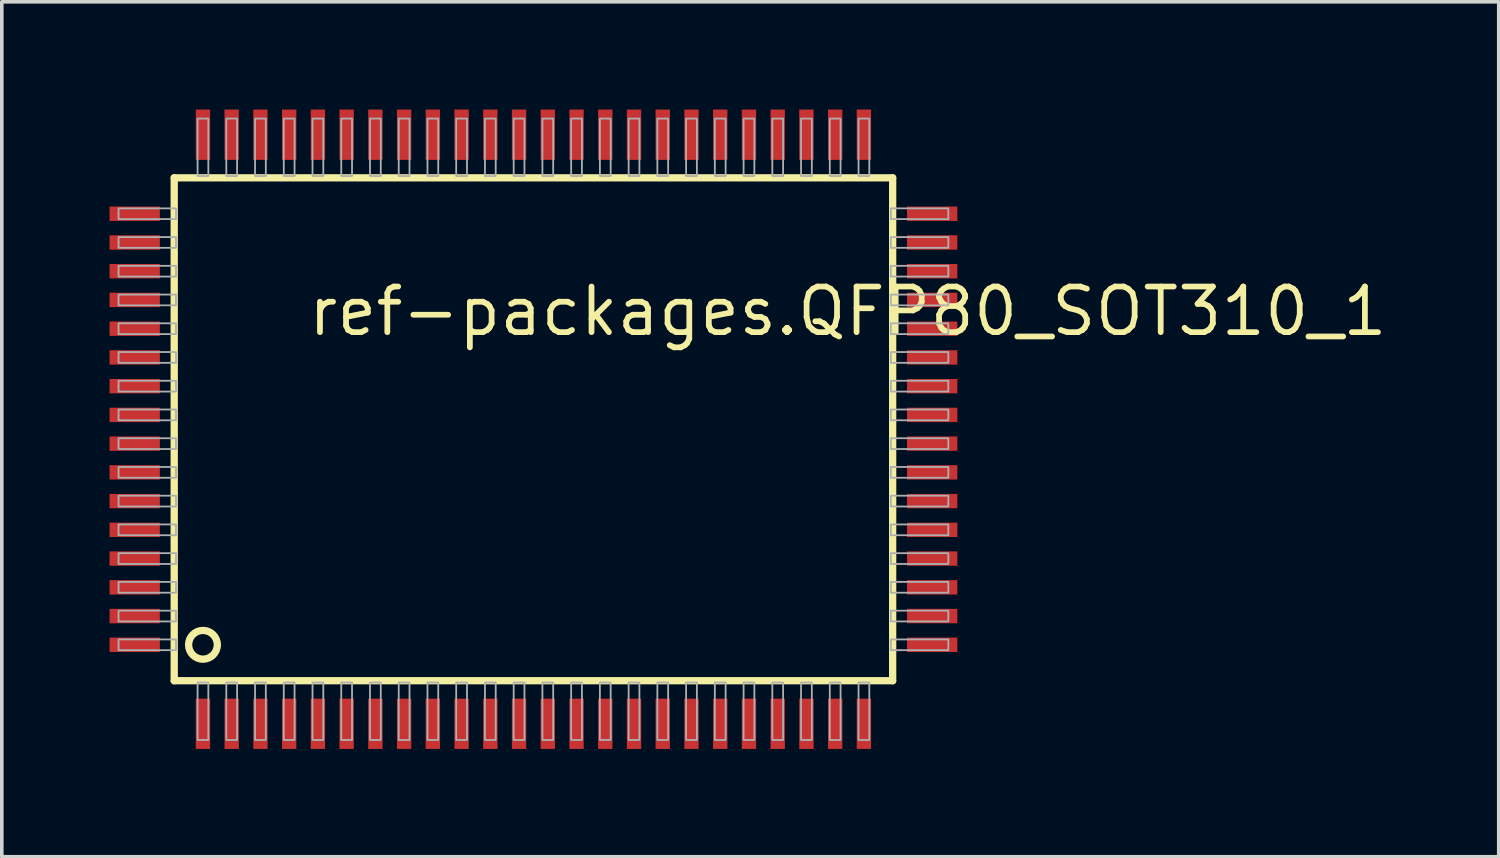
<source format=kicad_pcb>
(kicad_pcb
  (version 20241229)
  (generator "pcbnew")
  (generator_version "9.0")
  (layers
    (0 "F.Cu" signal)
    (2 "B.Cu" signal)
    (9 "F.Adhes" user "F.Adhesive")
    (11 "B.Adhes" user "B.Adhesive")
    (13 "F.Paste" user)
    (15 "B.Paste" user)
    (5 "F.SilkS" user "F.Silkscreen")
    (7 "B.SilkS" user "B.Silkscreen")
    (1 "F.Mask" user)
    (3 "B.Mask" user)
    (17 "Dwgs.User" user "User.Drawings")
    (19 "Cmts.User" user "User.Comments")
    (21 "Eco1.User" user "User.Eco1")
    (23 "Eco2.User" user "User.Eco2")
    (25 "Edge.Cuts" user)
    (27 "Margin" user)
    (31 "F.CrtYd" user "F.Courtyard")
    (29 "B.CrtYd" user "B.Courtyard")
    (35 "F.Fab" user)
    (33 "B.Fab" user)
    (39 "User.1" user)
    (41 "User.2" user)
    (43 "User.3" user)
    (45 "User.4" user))
  (footprint "ref-packages.QFP80_SOT310_1"
    (layer "F.Cu")
    (at 11.8 8.9)
    (property "Reference" "ref-packages.QFP80_SOT310_1" (at -6.35 -2.54 0) (layer "F.SilkS") (effects (font (size 1.27 1.27) (thickness 0.16)) (justify left bottom)))
    (attr smd)
    (fp_line (start -10 -7) (end 10 -7) (stroke (width 0.203) (type default)) (layer "F.SilkS"))
    (fp_line (start -10 7) (end -10 -7) (stroke (width 0.203) (type default)) (layer "F.SilkS"))
    (fp_line (start 10 -7) (end 10 7) (stroke (width 0.203) (type default)) (layer "F.SilkS"))
    (fp_line (start 10 7) (end -10 7) (stroke (width 0.203) (type default)) (layer "F.SilkS"))
    (fp_circle (center -9.2 6) (end -8.8 6) (stroke (width 0.203) (type default)) (fill no) (layer "F.SilkS"))
    (fp_rect (start -11.55 -5.85) (end -9.95 -6.15) (stroke (width 0.05) (type default)) (fill no) (layer "F.Fab"))
    (fp_rect (start -11.55 -5.05) (end -9.95 -5.35) (stroke (width 0.05) (type default)) (fill no) (layer "F.Fab"))
    (fp_rect (start -11.55 -4.25) (end -9.95 -4.55) (stroke (width 0.05) (type default)) (fill no) (layer "F.Fab"))
    (fp_rect (start -11.55 -3.45) (end -9.95 -3.75) (stroke (width 0.05) (type default)) (fill no) (layer "F.Fab"))
    (fp_rect (start -11.55 -2.65) (end -9.95 -2.95) (stroke (width 0.05) (type default)) (fill no) (layer "F.Fab"))
    (fp_rect (start -11.55 -1.85) (end -9.95 -2.15) (stroke (width 0.05) (type default)) (fill no) (layer "F.Fab"))
    (fp_rect (start -11.55 -1.05) (end -9.95 -1.35) (stroke (width 0.05) (type default)) (fill no) (layer "F.Fab"))
    (fp_rect (start -11.55 -0.25) (end -9.95 -0.55) (stroke (width 0.05) (type default)) (fill no) (layer "F.Fab"))
    (fp_rect (start -11.55 0.55) (end -9.95 0.25) (stroke (width 0.05) (type default)) (fill no) (layer "F.Fab"))
    (fp_rect (start -11.55 1.35) (end -9.95 1.05) (stroke (width 0.05) (type default)) (fill no) (layer "F.Fab"))
    (fp_rect (start -11.55 2.15) (end -9.95 1.85) (stroke (width 0.05) (type default)) (fill no) (layer "F.Fab"))
    (fp_rect (start -11.55 2.95) (end -9.95 2.65) (stroke (width 0.05) (type default)) (fill no) (layer "F.Fab"))
    (fp_rect (start -11.55 3.75) (end -9.95 3.45) (stroke (width 0.05) (type default)) (fill no) (layer "F.Fab"))
    (fp_rect (start -11.55 4.55) (end -9.95 4.25) (stroke (width 0.05) (type default)) (fill no) (layer "F.Fab"))
    (fp_rect (start -11.55 5.35) (end -9.95 5.05) (stroke (width 0.05) (type default)) (fill no) (layer "F.Fab"))
    (fp_rect (start -11.55 6.15) (end -9.95 5.85) (stroke (width 0.05) (type default)) (fill no) (layer "F.Fab"))
    (fp_rect (start -9.35 -7.05) (end -9.05 -8.65) (stroke (width 0.05) (type default)) (fill no) (layer "F.Fab"))
    (fp_rect (start -9.35 8.65) (end -9.05 7.05) (stroke (width 0.05) (type default)) (fill no) (layer "F.Fab"))
    (fp_rect (start -8.55 -7.05) (end -8.25 -8.65) (stroke (width 0.05) (type default)) (fill no) (layer "F.Fab"))
    (fp_rect (start -8.55 8.65) (end -8.25 7.05) (stroke (width 0.05) (type default)) (fill no) (layer "F.Fab"))
    (fp_rect (start -7.75 -7.05) (end -7.45 -8.65) (stroke (width 0.05) (type default)) (fill no) (layer "F.Fab"))
    (fp_rect (start -7.75 8.65) (end -7.45 7.05) (stroke (width 0.05) (type default)) (fill no) (layer "F.Fab"))
    (fp_rect (start -6.95 -7.05) (end -6.65 -8.65) (stroke (width 0.05) (type default)) (fill no) (layer "F.Fab"))
    (fp_rect (start -6.95 8.65) (end -6.65 7.05) (stroke (width 0.05) (type default)) (fill no) (layer "F.Fab"))
    (fp_rect (start -6.15 -7.05) (end -5.85 -8.65) (stroke (width 0.05) (type default)) (fill no) (layer "F.Fab"))
    (fp_rect (start -6.15 8.65) (end -5.85 7.05) (stroke (width 0.05) (type default)) (fill no) (layer "F.Fab"))
    (fp_rect (start -5.35 -7.05) (end -5.05 -8.65) (stroke (width 0.05) (type default)) (fill no) (layer "F.Fab"))
    (fp_rect (start -5.35 8.65) (end -5.05 7.05) (stroke (width 0.05) (type default)) (fill no) (layer "F.Fab"))
    (fp_rect (start -4.55 -7.05) (end -4.25 -8.65) (stroke (width 0.05) (type default)) (fill no) (layer "F.Fab"))
    (fp_rect (start -4.55 8.65) (end -4.25 7.05) (stroke (width 0.05) (type default)) (fill no) (layer "F.Fab"))
    (fp_rect (start -3.75 -7.05) (end -3.45 -8.65) (stroke (width 0.05) (type default)) (fill no) (layer "F.Fab"))
    (fp_rect (start -3.75 8.65) (end -3.45 7.05) (stroke (width 0.05) (type default)) (fill no) (layer "F.Fab"))
    (fp_rect (start -2.95 -7.05) (end -2.65 -8.65) (stroke (width 0.05) (type default)) (fill no) (layer "F.Fab"))
    (fp_rect (start -2.95 8.65) (end -2.65 7.05) (stroke (width 0.05) (type default)) (fill no) (layer "F.Fab"))
    (fp_rect (start -2.15 -7.05) (end -1.85 -8.65) (stroke (width 0.05) (type default)) (fill no) (layer "F.Fab"))
    (fp_rect (start -2.15 8.65) (end -1.85 7.05) (stroke (width 0.05) (type default)) (fill no) (layer "F.Fab"))
    (fp_rect (start -1.35 -7.05) (end -1.05 -8.65) (stroke (width 0.05) (type default)) (fill no) (layer "F.Fab"))
    (fp_rect (start -1.35 8.65) (end -1.05 7.05) (stroke (width 0.05) (type default)) (fill no) (layer "F.Fab"))
    (fp_rect (start -0.55 -7.05) (end -0.25 -8.65) (stroke (width 0.05) (type default)) (fill no) (layer "F.Fab"))
    (fp_rect (start -0.55 8.65) (end -0.25 7.05) (stroke (width 0.05) (type default)) (fill no) (layer "F.Fab"))
    (fp_rect (start 0.25 -7.05) (end 0.55 -8.65) (stroke (width 0.05) (type default)) (fill no) (layer "F.Fab"))
    (fp_rect (start 0.25 8.65) (end 0.55 7.05) (stroke (width 0.05) (type default)) (fill no) (layer "F.Fab"))
    (fp_rect (start 1.05 -7.05) (end 1.35 -8.65) (stroke (width 0.05) (type default)) (fill no) (layer "F.Fab"))
    (fp_rect (start 1.05 8.65) (end 1.35 7.05) (stroke (width 0.05) (type default)) (fill no) (layer "F.Fab"))
    (fp_rect (start 1.85 -7.05) (end 2.15 -8.65) (stroke (width 0.05) (type default)) (fill no) (layer "F.Fab"))
    (fp_rect (start 1.85 8.65) (end 2.15 7.05) (stroke (width 0.05) (type default)) (fill no) (layer "F.Fab"))
    (fp_rect (start 2.65 -7.05) (end 2.95 -8.65) (stroke (width 0.05) (type default)) (fill no) (layer "F.Fab"))
    (fp_rect (start 2.65 8.65) (end 2.95 7.05) (stroke (width 0.05) (type default)) (fill no) (layer "F.Fab"))
    (fp_rect (start 3.45 -7.05) (end 3.75 -8.65) (stroke (width 0.05) (type default)) (fill no) (layer "F.Fab"))
    (fp_rect (start 3.45 8.65) (end 3.75 7.05) (stroke (width 0.05) (type default)) (fill no) (layer "F.Fab"))
    (fp_rect (start 4.25 -7.05) (end 4.55 -8.65) (stroke (width 0.05) (type default)) (fill no) (layer "F.Fab"))
    (fp_rect (start 4.25 8.65) (end 4.55 7.05) (stroke (width 0.05) (type default)) (fill no) (layer "F.Fab"))
    (fp_rect (start 5.05 -7.05) (end 5.35 -8.65) (stroke (width 0.05) (type default)) (fill no) (layer "F.Fab"))
    (fp_rect (start 5.05 8.65) (end 5.35 7.05) (stroke (width 0.05) (type default)) (fill no) (layer "F.Fab"))
    (fp_rect (start 5.85 -7.05) (end 6.15 -8.65) (stroke (width 0.05) (type default)) (fill no) (layer "F.Fab"))
    (fp_rect (start 5.85 8.65) (end 6.15 7.05) (stroke (width 0.05) (type default)) (fill no) (layer "F.Fab"))
    (fp_rect (start 6.65 -7.05) (end 6.95 -8.65) (stroke (width 0.05) (type default)) (fill no) (layer "F.Fab"))
    (fp_rect (start 6.65 8.65) (end 6.95 7.05) (stroke (width 0.05) (type default)) (fill no) (layer "F.Fab"))
    (fp_rect (start 7.45 -7.05) (end 7.75 -8.65) (stroke (width 0.05) (type default)) (fill no) (layer "F.Fab"))
    (fp_rect (start 7.45 8.65) (end 7.75 7.05) (stroke (width 0.05) (type default)) (fill no) (layer "F.Fab"))
    (fp_rect (start 8.25 -7.05) (end 8.55 -8.65) (stroke (width 0.05) (type default)) (fill no) (layer "F.Fab"))
    (fp_rect (start 8.25 8.65) (end 8.55 7.05) (stroke (width 0.05) (type default)) (fill no) (layer "F.Fab"))
    (fp_rect (start 9.05 -7.05) (end 9.35 -8.65) (stroke (width 0.05) (type default)) (fill no) (layer "F.Fab"))
    (fp_rect (start 9.05 8.65) (end 9.35 7.05) (stroke (width 0.05) (type default)) (fill no) (layer "F.Fab"))
    (fp_rect (start 9.95 -5.85) (end 11.55 -6.15) (stroke (width 0.05) (type default)) (fill no) (layer "F.Fab"))
    (fp_rect (start 9.95 -5.05) (end 11.55 -5.35) (stroke (width 0.05) (type default)) (fill no) (layer "F.Fab"))
    (fp_rect (start 9.95 -4.25) (end 11.55 -4.55) (stroke (width 0.05) (type default)) (fill no) (layer "F.Fab"))
    (fp_rect (start 9.95 -3.45) (end 11.55 -3.75) (stroke (width 0.05) (type default)) (fill no) (layer "F.Fab"))
    (fp_rect (start 9.95 -2.65) (end 11.55 -2.95) (stroke (width 0.05) (type default)) (fill no) (layer "F.Fab"))
    (fp_rect (start 9.95 -1.85) (end 11.55 -2.15) (stroke (width 0.05) (type default)) (fill no) (layer "F.Fab"))
    (fp_rect (start 9.95 -1.05) (end 11.55 -1.35) (stroke (width 0.05) (type default)) (fill no) (layer "F.Fab"))
    (fp_rect (start 9.95 -0.25) (end 11.55 -0.55) (stroke (width 0.05) (type default)) (fill no) (layer "F.Fab"))
    (fp_rect (start 9.95 0.55) (end 11.55 0.25) (stroke (width 0.05) (type default)) (fill no) (layer "F.Fab"))
    (fp_rect (start 9.95 1.35) (end 11.55 1.05) (stroke (width 0.05) (type default)) (fill no) (layer "F.Fab"))
    (fp_rect (start 9.95 2.15) (end 11.55 1.85) (stroke (width 0.05) (type default)) (fill no) (layer "F.Fab"))
    (fp_rect (start 9.95 2.95) (end 11.55 2.65) (stroke (width 0.05) (type default)) (fill no) (layer "F.Fab"))
    (fp_rect (start 9.95 3.75) (end 11.55 3.45) (stroke (width 0.05) (type default)) (fill no) (layer "F.Fab"))
    (fp_rect (start 9.95 4.55) (end 11.55 4.25) (stroke (width 0.05) (type default)) (fill no) (layer "F.Fab"))
    (fp_rect (start 9.95 5.35) (end 11.55 5.05) (stroke (width 0.05) (type default)) (fill no) (layer "F.Fab"))
    (fp_rect (start 9.95 6.15) (end 11.55 5.85) (stroke (width 0.05) (type default)) (fill no) (layer "F.Fab"))
    (pad "1" smd roundrect (at -9.2 8.2) (size 0.4 1.4) (layers "F.Cu" "F.Mask" "F.Paste") (roundrect_rratio 0.01))
    (pad "2" smd roundrect (at -8.4 8.2) (size 0.4 1.4) (layers "F.Cu" "F.Mask" "F.Paste") (roundrect_rratio 0.01))
    (pad "3" smd roundrect (at -7.6 8.2) (size 0.4 1.4) (layers "F.Cu" "F.Mask" "F.Paste") (roundrect_rratio 0.01))
    (pad "4" smd roundrect (at -6.8 8.2) (size 0.4 1.4) (layers "F.Cu" "F.Mask" "F.Paste") (roundrect_rratio 0.01))
    (pad "5" smd roundrect (at -6 8.2) (size 0.4 1.4) (layers "F.Cu" "F.Mask" "F.Paste") (roundrect_rratio 0.01))
    (pad "6" smd roundrect (at -5.2 8.2) (size 0.4 1.4) (layers "F.Cu" "F.Mask" "F.Paste") (roundrect_rratio 0.01))
    (pad "7" smd roundrect (at -4.4 8.2) (size 0.4 1.4) (layers "F.Cu" "F.Mask" "F.Paste") (roundrect_rratio 0.01))
    (pad "8" smd roundrect (at -3.6 8.2) (size 0.4 1.4) (layers "F.Cu" "F.Mask" "F.Paste") (roundrect_rratio 0.01))
    (pad "9" smd roundrect (at -2.8 8.2) (size 0.4 1.4) (layers "F.Cu" "F.Mask" "F.Paste") (roundrect_rratio 0.01))
    (pad "10" smd roundrect (at -2 8.2) (size 0.4 1.4) (layers "F.Cu" "F.Mask" "F.Paste") (roundrect_rratio 0.01))
    (pad "11" smd roundrect (at -1.2 8.2) (size 0.4 1.4) (layers "F.Cu" "F.Mask" "F.Paste") (roundrect_rratio 0.01))
    (pad "12" smd roundrect (at -0.4 8.2) (size 0.4 1.4) (layers "F.Cu" "F.Mask" "F.Paste") (roundrect_rratio 0.01))
    (pad "13" smd roundrect (at 0.4 8.2) (size 0.4 1.4) (layers "F.Cu" "F.Mask" "F.Paste") (roundrect_rratio 0.01))
    (pad "14" smd roundrect (at 1.2 8.2) (size 0.4 1.4) (layers "F.Cu" "F.Mask" "F.Paste") (roundrect_rratio 0.01))
    (pad "15" smd roundrect (at 2 8.2) (size 0.4 1.4) (layers "F.Cu" "F.Mask" "F.Paste") (roundrect_rratio 0.01))
    (pad "16" smd roundrect (at 2.8 8.2) (size 0.4 1.4) (layers "F.Cu" "F.Mask" "F.Paste") (roundrect_rratio 0.01))
    (pad "17" smd roundrect (at 3.6 8.2) (size 0.4 1.4) (layers "F.Cu" "F.Mask" "F.Paste") (roundrect_rratio 0.01))
    (pad "18" smd roundrect (at 4.4 8.2) (size 0.4 1.4) (layers "F.Cu" "F.Mask" "F.Paste") (roundrect_rratio 0.01))
    (pad "19" smd roundrect (at 5.2 8.2) (size 0.4 1.4) (layers "F.Cu" "F.Mask" "F.Paste") (roundrect_rratio 0.01))
    (pad "20" smd roundrect (at 6 8.2) (size 0.4 1.4) (layers "F.Cu" "F.Mask" "F.Paste") (roundrect_rratio 0.01))
    (pad "21" smd roundrect (at 6.8 8.2) (size 0.4 1.4) (layers "F.Cu" "F.Mask" "F.Paste") (roundrect_rratio 0.01))
    (pad "22" smd roundrect (at 7.6 8.2) (size 0.4 1.4) (layers "F.Cu" "F.Mask" "F.Paste") (roundrect_rratio 0.01))
    (pad "23" smd roundrect (at 8.4 8.2) (size 0.4 1.4) (layers "F.Cu" "F.Mask" "F.Paste") (roundrect_rratio 0.01))
    (pad "24" smd roundrect (at 9.2 8.2) (size 0.4 1.4) (layers "F.Cu" "F.Mask" "F.Paste") (roundrect_rratio 0.01))
    (pad "25" smd roundrect (at 11.1 6) (size 1.4 0.4) (layers "F.Cu" "F.Mask" "F.Paste") (roundrect_rratio 0.01))
    (pad "26" smd roundrect (at 11.1 5.2) (size 1.4 0.4) (layers "F.Cu" "F.Mask" "F.Paste") (roundrect_rratio 0.01))
    (pad "27" smd roundrect (at 11.1 4.4) (size 1.4 0.4) (layers "F.Cu" "F.Mask" "F.Paste") (roundrect_rratio 0.01))
    (pad "28" smd roundrect (at 11.1 3.6) (size 1.4 0.4) (layers "F.Cu" "F.Mask" "F.Paste") (roundrect_rratio 0.01))
    (pad "29" smd roundrect (at 11.1 2.8) (size 1.4 0.4) (layers "F.Cu" "F.Mask" "F.Paste") (roundrect_rratio 0.01))
    (pad "30" smd roundrect (at 11.1 2) (size 1.4 0.4) (layers "F.Cu" "F.Mask" "F.Paste") (roundrect_rratio 0.01))
    (pad "31" smd roundrect (at 11.1 1.2) (size 1.4 0.4) (layers "F.Cu" "F.Mask" "F.Paste") (roundrect_rratio 0.01))
    (pad "32" smd roundrect (at 11.1 0.4) (size 1.4 0.4) (layers "F.Cu" "F.Mask" "F.Paste") (roundrect_rratio 0.01))
    (pad "33" smd roundrect (at 11.1 -0.4) (size 1.4 0.4) (layers "F.Cu" "F.Mask" "F.Paste") (roundrect_rratio 0.01))
    (pad "34" smd roundrect (at 11.1 -1.2) (size 1.4 0.4) (layers "F.Cu" "F.Mask" "F.Paste") (roundrect_rratio 0.01))
    (pad "35" smd roundrect (at 11.1 -2) (size 1.4 0.4) (layers "F.Cu" "F.Mask" "F.Paste") (roundrect_rratio 0.01))
    (pad "36" smd roundrect (at 11.1 -2.8) (size 1.4 0.4) (layers "F.Cu" "F.Mask" "F.Paste") (roundrect_rratio 0.01))
    (pad "37" smd roundrect (at 11.1 -3.6) (size 1.4 0.4) (layers "F.Cu" "F.Mask" "F.Paste") (roundrect_rratio 0.01))
    (pad "38" smd roundrect (at 11.1 -4.4) (size 1.4 0.4) (layers "F.Cu" "F.Mask" "F.Paste") (roundrect_rratio 0.01))
    (pad "39" smd roundrect (at 11.1 -5.2) (size 1.4 0.4) (layers "F.Cu" "F.Mask" "F.Paste") (roundrect_rratio 0.01))
    (pad "40" smd roundrect (at 11.1 -6) (size 1.4 0.4) (layers "F.Cu" "F.Mask" "F.Paste") (roundrect_rratio 0.01))
    (pad "41" smd roundrect (at 9.2 -8.2) (size 0.4 1.4) (layers "F.Cu" "F.Mask" "F.Paste") (roundrect_rratio 0.01))
    (pad "42" smd roundrect (at 8.4 -8.2) (size 0.4 1.4) (layers "F.Cu" "F.Mask" "F.Paste") (roundrect_rratio 0.01))
    (pad "43" smd roundrect (at 7.6 -8.2) (size 0.4 1.4) (layers "F.Cu" "F.Mask" "F.Paste") (roundrect_rratio 0.01))
    (pad "44" smd roundrect (at 6.8 -8.2) (size 0.4 1.4) (layers "F.Cu" "F.Mask" "F.Paste") (roundrect_rratio 0.01))
    (pad "45" smd roundrect (at 6 -8.2) (size 0.4 1.4) (layers "F.Cu" "F.Mask" "F.Paste") (roundrect_rratio 0.01))
    (pad "46" smd roundrect (at 5.2 -8.2) (size 0.4 1.4) (layers "F.Cu" "F.Mask" "F.Paste") (roundrect_rratio 0.01))
    (pad "47" smd roundrect (at 4.4 -8.2) (size 0.4 1.4) (layers "F.Cu" "F.Mask" "F.Paste") (roundrect_rratio 0.01))
    (pad "48" smd roundrect (at 3.6 -8.2) (size 0.4 1.4) (layers "F.Cu" "F.Mask" "F.Paste") (roundrect_rratio 0.01))
    (pad "49" smd roundrect (at 2.8 -8.2) (size 0.4 1.4) (layers "F.Cu" "F.Mask" "F.Paste") (roundrect_rratio 0.01))
    (pad "50" smd roundrect (at 2 -8.2) (size 0.4 1.4) (layers "F.Cu" "F.Mask" "F.Paste") (roundrect_rratio 0.01))
    (pad "51" smd roundrect (at 1.2 -8.2) (size 0.4 1.4) (layers "F.Cu" "F.Mask" "F.Paste") (roundrect_rratio 0.01))
    (pad "52" smd roundrect (at 0.4 -8.2) (size 0.4 1.4) (layers "F.Cu" "F.Mask" "F.Paste") (roundrect_rratio 0.01))
    (pad "53" smd roundrect (at -0.4 -8.2) (size 0.4 1.4) (layers "F.Cu" "F.Mask" "F.Paste") (roundrect_rratio 0.01))
    (pad "54" smd roundrect (at -1.2 -8.2) (size 0.4 1.4) (layers "F.Cu" "F.Mask" "F.Paste") (roundrect_rratio 0.01))
    (pad "55" smd roundrect (at -2 -8.2) (size 0.4 1.4) (layers "F.Cu" "F.Mask" "F.Paste") (roundrect_rratio 0.01))
    (pad "56" smd roundrect (at -2.8 -8.2) (size 0.4 1.4) (layers "F.Cu" "F.Mask" "F.Paste") (roundrect_rratio 0.01))
    (pad "57" smd roundrect (at -3.6 -8.2) (size 0.4 1.4) (layers "F.Cu" "F.Mask" "F.Paste") (roundrect_rratio 0.01))
    (pad "58" smd roundrect (at -4.4 -8.2) (size 0.4 1.4) (layers "F.Cu" "F.Mask" "F.Paste") (roundrect_rratio 0.01))
    (pad "59" smd roundrect (at -5.2 -8.2) (size 0.4 1.4) (layers "F.Cu" "F.Mask" "F.Paste") (roundrect_rratio 0.01))
    (pad "60" smd roundrect (at -6 -8.2) (size 0.4 1.4) (layers "F.Cu" "F.Mask" "F.Paste") (roundrect_rratio 0.01))
    (pad "61" smd roundrect (at -6.8 -8.2) (size 0.4 1.4) (layers "F.Cu" "F.Mask" "F.Paste") (roundrect_rratio 0.01))
    (pad "62" smd roundrect (at -7.6 -8.2) (size 0.4 1.4) (layers "F.Cu" "F.Mask" "F.Paste") (roundrect_rratio 0.01))
    (pad "63" smd roundrect (at -8.4 -8.2) (size 0.4 1.4) (layers "F.Cu" "F.Mask" "F.Paste") (roundrect_rratio 0.01))
    (pad "64" smd roundrect (at -9.2 -8.2) (size 0.4 1.4) (layers "F.Cu" "F.Mask" "F.Paste") (roundrect_rratio 0.01))
    (pad "65" smd roundrect (at -11.1 -6) (size 1.4 0.4) (layers "F.Cu" "F.Mask" "F.Paste") (roundrect_rratio 0.01))
    (pad "66" smd roundrect (at -11.1 -5.2) (size 1.4 0.4) (layers "F.Cu" "F.Mask" "F.Paste") (roundrect_rratio 0.01))
    (pad "67" smd roundrect (at -11.1 -4.4) (size 1.4 0.4) (layers "F.Cu" "F.Mask" "F.Paste") (roundrect_rratio 0.01))
    (pad "68" smd roundrect (at -11.1 -3.6) (size 1.4 0.4) (layers "F.Cu" "F.Mask" "F.Paste") (roundrect_rratio 0.01))
    (pad "69" smd roundrect (at -11.1 -2.8) (size 1.4 0.4) (layers "F.Cu" "F.Mask" "F.Paste") (roundrect_rratio 0.01))
    (pad "70" smd roundrect (at -11.1 -2) (size 1.4 0.4) (layers "F.Cu" "F.Mask" "F.Paste") (roundrect_rratio 0.01))
    (pad "71" smd roundrect (at -11.1 -1.2) (size 1.4 0.4) (layers "F.Cu" "F.Mask" "F.Paste") (roundrect_rratio 0.01))
    (pad "72" smd roundrect (at -11.1 -0.4) (size 1.4 0.4) (layers "F.Cu" "F.Mask" "F.Paste") (roundrect_rratio 0.01))
    (pad "73" smd roundrect (at -11.1 0.4) (size 1.4 0.4) (layers "F.Cu" "F.Mask" "F.Paste") (roundrect_rratio 0.01))
    (pad "74" smd roundrect (at -11.1 1.2) (size 1.4 0.4) (layers "F.Cu" "F.Mask" "F.Paste") (roundrect_rratio 0.01))
    (pad "75" smd roundrect (at -11.1 2) (size 1.4 0.4) (layers "F.Cu" "F.Mask" "F.Paste") (roundrect_rratio 0.01))
    (pad "76" smd roundrect (at -11.1 2.8) (size 1.4 0.4) (layers "F.Cu" "F.Mask" "F.Paste") (roundrect_rratio 0.01))
    (pad "77" smd roundrect (at -11.1 3.6) (size 1.4 0.4) (layers "F.Cu" "F.Mask" "F.Paste") (roundrect_rratio 0.01))
    (pad "78" smd roundrect (at -11.1 4.4) (size 1.4 0.4) (layers "F.Cu" "F.Mask" "F.Paste") (roundrect_rratio 0.01))
    (pad "79" smd roundrect (at -11.1 5.2) (size 1.4 0.4) (layers "F.Cu" "F.Mask" "F.Paste") (roundrect_rratio 0.01))
    (pad "80" smd roundrect (at -11.1 6) (size 1.4 0.4) (layers "F.Cu" "F.Mask" "F.Paste") (roundrect_rratio 0.01)))
  (gr_rect
    (start -3 -3)
    (end 38.672 20.8)
    (stroke (width 0.1) (type default))
    (fill no)
    (layer "Edge.Cuts")))
</source>
